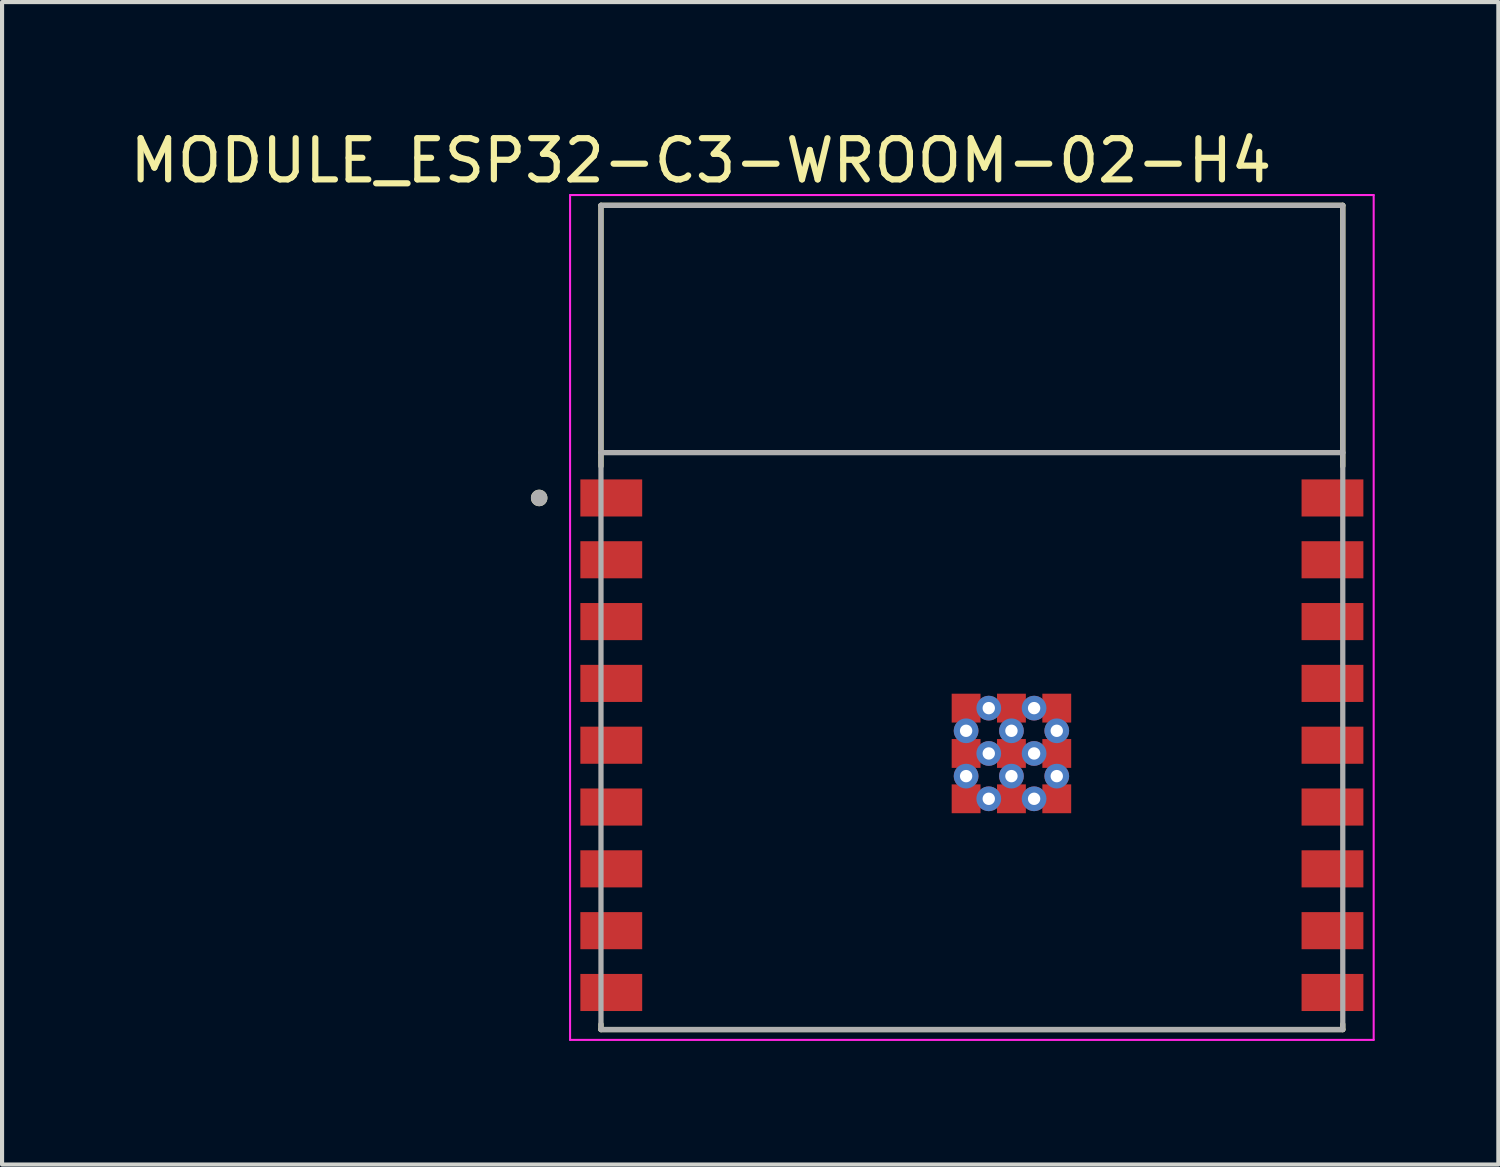
<source format=kicad_pcb>
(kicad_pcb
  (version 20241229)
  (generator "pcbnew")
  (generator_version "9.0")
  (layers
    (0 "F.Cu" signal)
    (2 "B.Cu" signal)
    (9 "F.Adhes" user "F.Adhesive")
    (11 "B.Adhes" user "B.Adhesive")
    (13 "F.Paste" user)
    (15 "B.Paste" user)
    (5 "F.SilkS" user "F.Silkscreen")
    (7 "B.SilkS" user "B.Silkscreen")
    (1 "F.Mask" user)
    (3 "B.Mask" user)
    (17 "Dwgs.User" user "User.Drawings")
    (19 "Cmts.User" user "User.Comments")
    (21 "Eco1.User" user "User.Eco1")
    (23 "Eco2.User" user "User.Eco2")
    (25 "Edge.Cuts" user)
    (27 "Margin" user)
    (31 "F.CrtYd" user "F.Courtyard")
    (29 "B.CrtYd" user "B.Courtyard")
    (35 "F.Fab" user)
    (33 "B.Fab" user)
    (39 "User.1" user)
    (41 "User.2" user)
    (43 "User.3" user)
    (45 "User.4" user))
  (footprint "MODULE_ESP32-C3-WROOM-02-H4"
    (layer "F.Cu")
    (at 20.533 11.933)
    (property "Reference" "MODULE_ESP32-C3-WROOM-02-H4" (at -6.575 -11.085 0) (layer "F.SilkS") (effects (font (size 1 1) (thickness 0.15))))
    (attr smd)
    (fp_line (start -9 -10) (end -9 -3.67) (stroke (width 0.127) (type solid)) (layer "F.SilkS"))
    (fp_line (start -9 10) (end -9 9.87) (stroke (width 0.127) (type solid)) (layer "F.SilkS"))
    (fp_line (start -9 10) (end 9 10) (stroke (width 0.127) (type solid)) (layer "F.SilkS"))
    (fp_line (start 9 -10) (end -9 -10) (stroke (width 0.127) (type solid)) (layer "F.SilkS"))
    (fp_line (start 9 -3.67) (end 9 -10) (stroke (width 0.127) (type solid)) (layer "F.SilkS"))
    (fp_line (start 9 10) (end 9 9.87) (stroke (width 0.127) (type solid)) (layer "F.SilkS"))
    (fp_circle (center -10.5 -2.9) (end -10.4 -2.9) (stroke (width 0.2) (type solid)) (fill no) (layer "F.SilkS"))
    (fp_line (start -9.75 -10.25) (end -9.75 10.25) (stroke (width 0.05) (type solid)) (layer "F.CrtYd"))
    (fp_line (start -9.75 10.25) (end 9.75 10.25) (stroke (width 0.05) (type solid)) (layer "F.CrtYd"))
    (fp_line (start 9.75 -10.25) (end -9.75 -10.25) (stroke (width 0.05) (type solid)) (layer "F.CrtYd"))
    (fp_line (start 9.75 10.25) (end 9.75 -10.25) (stroke (width 0.05) (type solid)) (layer "F.CrtYd"))
    (fp_line (start -9 -10) (end -9 -4) (stroke (width 0.127) (type solid)) (layer "F.Fab"))
    (fp_line (start -9 -4) (end -9 10) (stroke (width 0.127) (type solid)) (layer "F.Fab"))
    (fp_line (start -9 10) (end 9 10) (stroke (width 0.127) (type solid)) (layer "F.Fab"))
    (fp_line (start 9 -10) (end -9 -10) (stroke (width 0.127) (type solid)) (layer "F.Fab"))
    (fp_line (start 9 -4) (end -9 -4) (stroke (width 0.127) (type solid)) (layer "F.Fab"))
    (fp_line (start 9 -4) (end 9 -10) (stroke (width 0.127) (type solid)) (layer "F.Fab"))
    (fp_line (start 9 10) (end 9 -4) (stroke (width 0.127) (type solid)) (layer "F.Fab"))
    (fp_circle (center -10.5 -2.9) (end -10.4 -2.9) (stroke (width 0.2) (type solid)) (fill no) (layer "F.Fab"))
    (pad "1" smd rect (at -8.75 -2.9) (size 1.5 0.9) (layers "F.Cu" "F.Mask" "F.Paste"))
    (pad "2" smd rect (at -8.75 -1.4) (size 1.5 0.9) (layers "F.Cu" "F.Mask" "F.Paste"))
    (pad "3" smd rect (at -8.75 0.1) (size 1.5 0.9) (layers "F.Cu" "F.Mask" "F.Paste"))
    (pad "4" smd rect (at -8.75 1.6) (size 1.5 0.9) (layers "F.Cu" "F.Mask" "F.Paste"))
    (pad "5" smd rect (at -8.75 3.1) (size 1.5 0.9) (layers "F.Cu" "F.Mask" "F.Paste"))
    (pad "6" smd rect (at -8.75 4.6) (size 1.5 0.9) (layers "F.Cu" "F.Mask" "F.Paste"))
    (pad "7" smd rect (at -8.75 6.1) (size 1.5 0.9) (layers "F.Cu" "F.Mask" "F.Paste"))
    (pad "8" smd rect (at -8.75 7.6) (size 1.5 0.9) (layers "F.Cu" "F.Mask" "F.Paste"))
    (pad "9" smd rect (at -8.75 9.1) (size 1.5 0.9) (layers "F.Cu" "F.Mask" "F.Paste"))
    (pad "10" smd rect (at 8.75 9.1) (size 1.5 0.9) (layers "F.Cu" "F.Mask" "F.Paste"))
    (pad "11" smd rect (at 8.75 7.6) (size 1.5 0.9) (layers "F.Cu" "F.Mask" "F.Paste"))
    (pad "12" smd rect (at 8.75 6.1) (size 1.5 0.9) (layers "F.Cu" "F.Mask" "F.Paste"))
    (pad "13" smd rect (at 8.75 4.6) (size 1.5 0.9) (layers "F.Cu" "F.Mask" "F.Paste"))
    (pad "14" smd rect (at 8.75 3.1) (size 1.5 0.9) (layers "F.Cu" "F.Mask" "F.Paste"))
    (pad "15" smd rect (at 8.75 1.6) (size 1.5 0.9) (layers "F.Cu" "F.Mask" "F.Paste"))
    (pad "16" smd rect (at 8.75 0.1) (size 1.5 0.9) (layers "F.Cu" "F.Mask" "F.Paste"))
    (pad "17" smd rect (at 8.75 -1.4) (size 1.5 0.9) (layers "F.Cu" "F.Mask" "F.Paste"))
    (pad "18" smd rect (at 8.75 -2.9) (size 1.5 0.9) (layers "F.Cu" "F.Mask" "F.Paste"))
    (pad "19" smd rect (at -0.14 2.2) (size 0.7 0.7) (layers "F.Cu" "F.Mask" "F.Paste"))
    (pad "20" smd rect (at 0.96 2.2) (size 0.7 0.7) (layers "F.Cu" "F.Mask" "F.Paste"))
    (pad "21" smd rect (at 2.06 2.2) (size 0.7 0.7) (layers "F.Cu" "F.Mask" "F.Paste"))
    (pad "22" smd rect (at -0.14 3.3) (size 0.7 0.7) (layers "F.Cu" "F.Mask" "F.Paste"))
    (pad "23" smd rect (at 0.96 3.3) (size 0.7 0.7) (layers "F.Cu" "F.Mask" "F.Paste"))
    (pad "24" smd rect (at 2.06 3.3) (size 0.7 0.7) (layers "F.Cu" "F.Mask" "F.Paste"))
    (pad "25" smd rect (at -0.14 4.4) (size 0.7 0.7) (layers "F.Cu" "F.Mask" "F.Paste"))
    (pad "26" smd rect (at 0.96 4.4) (size 0.7 0.7) (layers "F.Cu" "F.Mask" "F.Paste"))
    (pad "27" smd rect (at 2.06 4.4) (size 0.7 0.7) (layers "F.Cu" "F.Mask" "F.Paste"))
    (pad "28" thru_hole circle (at 0.41 2.2) (size 0.6 0.6) (drill 0.3) (layers "*.Cu"))
    (pad "29" thru_hole circle (at 1.51 2.2) (size 0.6 0.6) (drill 0.3) (layers "*.Cu"))
    (pad "30" thru_hole circle (at -0.14 2.75) (size 0.6 0.6) (drill 0.3) (layers "*.Cu"))
    (pad "31" thru_hole circle (at 0.96 2.75) (size 0.6 0.6) (drill 0.3) (layers "*.Cu"))
    (pad "32" thru_hole circle (at 2.06 2.75) (size 0.6 0.6) (drill 0.3) (layers "*.Cu"))
    (pad "33" thru_hole circle (at 0.41 3.3) (size 0.6 0.6) (drill 0.3) (layers "*.Cu"))
    (pad "34" thru_hole circle (at 1.51 3.3) (size 0.6 0.6) (drill 0.3) (layers "*.Cu"))
    (pad "35" thru_hole circle (at -0.14 3.85) (size 0.6 0.6) (drill 0.3) (layers "*.Cu"))
    (pad "36" thru_hole circle (at 0.96 3.85) (size 0.6 0.6) (drill 0.3) (layers "*.Cu"))
    (pad "37" thru_hole circle (at 2.06 3.85) (size 0.6 0.6) (drill 0.3) (layers "*.Cu"))
    (pad "38" thru_hole circle (at 0.41 4.4) (size 0.6 0.6) (drill 0.3) (layers "*.Cu"))
    (pad "39" thru_hole circle (at 1.51 4.4) (size 0.6 0.6) (drill 0.3) (layers "*.Cu"))
    (zone (net_name "") (layer "F.Cu") (hatch full 0.508) (connect_pads) (min_thickness 0.01) (filled_areas_thickness no) (keepout (tracks not_allowed) (vias not_allowed) (pads not_allowed) (copperpour not_allowed) (footprints allowed)) (placement (enabled no)) (fill) (polygon (pts (xy 11.533 1.933) (xy 29.533 1.933) (xy 29.533 7.933) (xy 11.533 7.933))))
    (zone (net_name "") (layers "F.Cu" "B.Cu") (hatch full 0.508) (connect_pads) (min_thickness 0.01) (filled_areas_thickness no) (keepout (tracks allowed) (vias not_allowed) (pads allowed) (copperpour allowed) (footprints allowed)) (placement (enabled no)) (fill) (polygon (pts (xy 11.533 1.933) (xy 29.533 1.933) (xy 29.533 7.933) (xy 11.533 7.933))))
    (zone (net_name "") (layer "B.Cu") (hatch full 0.508) (connect_pads) (min_thickness 0.01) (filled_areas_thickness no) (keepout (tracks not_allowed) (vias not_allowed) (pads not_allowed) (copperpour not_allowed) (footprints allowed)) (placement (enabled no)) (fill) (polygon (pts (xy 11.533 1.933) (xy 29.533 1.933) (xy 29.533 7.933) (xy 11.533 7.933)))))
  (gr_rect
    (start -3 -3)
    (end 33.308 25.208)
    (stroke (width 0.1) (type default))
    (fill no)
    (layer "Edge.Cuts")))
</source>
